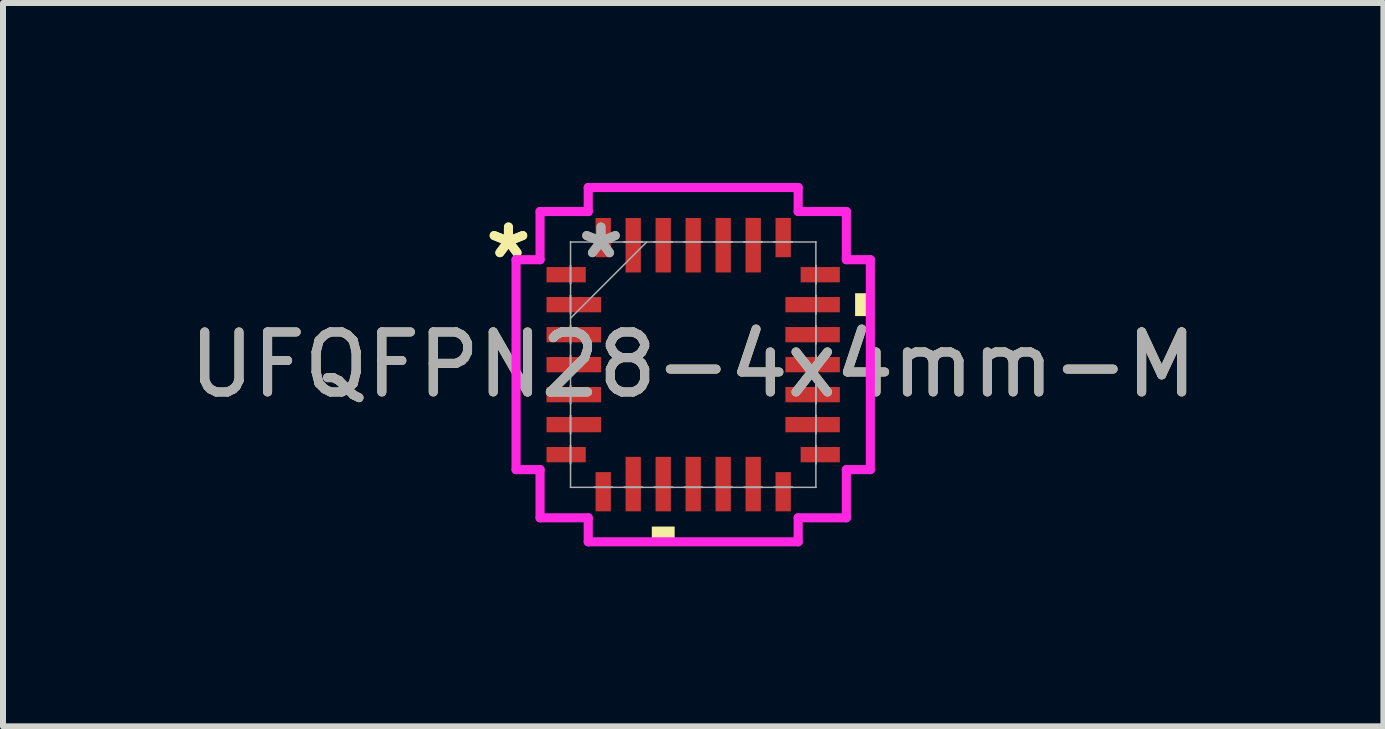
<source format=kicad_pcb>
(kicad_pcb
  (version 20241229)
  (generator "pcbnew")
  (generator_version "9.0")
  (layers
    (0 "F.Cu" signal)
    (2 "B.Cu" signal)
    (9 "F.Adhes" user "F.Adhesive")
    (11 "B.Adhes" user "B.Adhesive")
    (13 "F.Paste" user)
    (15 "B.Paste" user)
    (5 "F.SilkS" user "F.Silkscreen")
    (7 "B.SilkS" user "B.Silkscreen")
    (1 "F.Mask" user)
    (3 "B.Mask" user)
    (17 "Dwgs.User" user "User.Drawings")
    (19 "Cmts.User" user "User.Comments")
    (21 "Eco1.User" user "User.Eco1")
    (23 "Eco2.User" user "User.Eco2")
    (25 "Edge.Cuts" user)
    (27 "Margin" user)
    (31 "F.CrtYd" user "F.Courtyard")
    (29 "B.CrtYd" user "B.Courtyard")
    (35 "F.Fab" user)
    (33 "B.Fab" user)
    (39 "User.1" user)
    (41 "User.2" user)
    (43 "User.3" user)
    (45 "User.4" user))
  (footprint "UFQFPN28-4x4mm-M"
    (layer "F.Cu")
    (at 8.506 3.029)
    (property "Reference" "UFQFPN28-4x4mm-M" (at 0 0 0) (unlocked yes) (layer "F.SilkS") (effects (font (size 1 1) (thickness 0.15))))
    (attr smd)
    (fp_poly (pts (xy -0.69 2.699) (xy -0.69 2.953) (xy -0.309 2.953) (xy -0.309 2.699)) (stroke (width 0) (type solid)) (fill yes) (layer "F.SilkS"))
    (fp_poly (pts (xy 2.953 -1.191) (xy 2.953 -0.81) (xy 2.699 -0.81) (xy 2.699 -1.191)) (stroke (width 0) (type solid)) (fill yes) (layer "F.SilkS"))
    (fp_line (start -2.953 -1.75) (end -2.553 -1.75) (stroke (width 0.152) (type solid)) (layer "F.CrtYd"))
    (fp_line (start -2.953 1.75) (end -2.953 -1.75) (stroke (width 0.152) (type solid)) (layer "F.CrtYd"))
    (fp_line (start -2.553 -2.553) (end -1.75 -2.553) (stroke (width 0.152) (type solid)) (layer "F.CrtYd"))
    (fp_line (start -2.553 -1.75) (end -2.553 -2.553) (stroke (width 0.152) (type solid)) (layer "F.CrtYd"))
    (fp_line (start -2.553 1.75) (end -2.953 1.75) (stroke (width 0.152) (type solid)) (layer "F.CrtYd"))
    (fp_line (start -2.553 2.553) (end -2.553 1.75) (stroke (width 0.152) (type solid)) (layer "F.CrtYd"))
    (fp_line (start -1.75 -2.953) (end 1.75 -2.953) (stroke (width 0.152) (type solid)) (layer "F.CrtYd"))
    (fp_line (start -1.75 -2.553) (end -1.75 -2.953) (stroke (width 0.152) (type solid)) (layer "F.CrtYd"))
    (fp_line (start -1.75 2.553) (end -2.553 2.553) (stroke (width 0.152) (type solid)) (layer "F.CrtYd"))
    (fp_line (start -1.75 2.953) (end -1.75 2.553) (stroke (width 0.152) (type solid)) (layer "F.CrtYd"))
    (fp_line (start 1.75 -2.953) (end 1.75 -2.553) (stroke (width 0.152) (type solid)) (layer "F.CrtYd"))
    (fp_line (start 1.75 -2.553) (end 2.553 -2.553) (stroke (width 0.152) (type solid)) (layer "F.CrtYd"))
    (fp_line (start 1.75 2.553) (end 1.75 2.953) (stroke (width 0.152) (type solid)) (layer "F.CrtYd"))
    (fp_line (start 1.75 2.953) (end -1.75 2.953) (stroke (width 0.152) (type solid)) (layer "F.CrtYd"))
    (fp_line (start 2.553 -2.553) (end 2.553 -1.75) (stroke (width 0.152) (type solid)) (layer "F.CrtYd"))
    (fp_line (start 2.553 -1.75) (end 2.953 -1.75) (stroke (width 0.152) (type solid)) (layer "F.CrtYd"))
    (fp_line (start 2.553 1.75) (end 2.553 2.553) (stroke (width 0.152) (type solid)) (layer "F.CrtYd"))
    (fp_line (start 2.553 2.553) (end 1.75 2.553) (stroke (width 0.152) (type solid)) (layer "F.CrtYd"))
    (fp_line (start 2.953 -1.75) (end 2.953 1.75) (stroke (width 0.152) (type solid)) (layer "F.CrtYd"))
    (fp_line (start 2.953 1.75) (end 2.553 1.75) (stroke (width 0.152) (type solid)) (layer "F.CrtYd"))
    (fp_line (start -2.045 -2.045) (end -2.045 -2.045) (stroke (width 0.025) (type solid)) (layer "F.Fab"))
    (fp_line (start -2.045 -2.045) (end -2.045 2.045) (stroke (width 0.025) (type solid)) (layer "F.Fab"))
    (fp_line (start -2.045 -1.652) (end -2.045 -1.652) (stroke (width 0.025) (type solid)) (layer "F.Fab"))
    (fp_line (start -2.045 -1.652) (end -2.045 -1.348) (stroke (width 0.025) (type solid)) (layer "F.Fab"))
    (fp_line (start -2.045 -1.348) (end -2.045 -1.652) (stroke (width 0.025) (type solid)) (layer "F.Fab"))
    (fp_line (start -2.045 -1.348) (end -2.045 -1.348) (stroke (width 0.025) (type solid)) (layer "F.Fab"))
    (fp_line (start -2.045 -1.152) (end -2.045 -1.152) (stroke (width 0.025) (type solid)) (layer "F.Fab"))
    (fp_line (start -2.045 -1.152) (end -2.045 -0.848) (stroke (width 0.025) (type solid)) (layer "F.Fab"))
    (fp_line (start -2.045 -0.848) (end -2.045 -1.152) (stroke (width 0.025) (type solid)) (layer "F.Fab"))
    (fp_line (start -2.045 -0.848) (end -2.045 -0.848) (stroke (width 0.025) (type solid)) (layer "F.Fab"))
    (fp_line (start -2.045 -0.775) (end -0.775 -2.045) (stroke (width 0.025) (type solid)) (layer "F.Fab"))
    (fp_line (start -2.045 -0.652) (end -2.045 -0.652) (stroke (width 0.025) (type solid)) (layer "F.Fab"))
    (fp_line (start -2.045 -0.652) (end -2.045 -0.348) (stroke (width 0.025) (type solid)) (layer "F.Fab"))
    (fp_line (start -2.045 -0.348) (end -2.045 -0.652) (stroke (width 0.025) (type solid)) (layer "F.Fab"))
    (fp_line (start -2.045 -0.348) (end -2.045 -0.348) (stroke (width 0.025) (type solid)) (layer "F.Fab"))
    (fp_line (start -2.045 -0.152) (end -2.045 -0.152) (stroke (width 0.025) (type solid)) (layer "F.Fab"))
    (fp_line (start -2.045 -0.152) (end -2.045 0.152) (stroke (width 0.025) (type solid)) (layer "F.Fab"))
    (fp_line (start -2.045 0.152) (end -2.045 -0.152) (stroke (width 0.025) (type solid)) (layer "F.Fab"))
    (fp_line (start -2.045 0.152) (end -2.045 0.152) (stroke (width 0.025) (type solid)) (layer "F.Fab"))
    (fp_line (start -2.045 0.348) (end -2.045 0.348) (stroke (width 0.025) (type solid)) (layer "F.Fab"))
    (fp_line (start -2.045 0.348) (end -2.045 0.652) (stroke (width 0.025) (type solid)) (layer "F.Fab"))
    (fp_line (start -2.045 0.652) (end -2.045 0.348) (stroke (width 0.025) (type solid)) (layer "F.Fab"))
    (fp_line (start -2.045 0.652) (end -2.045 0.652) (stroke (width 0.025) (type solid)) (layer "F.Fab"))
    (fp_line (start -2.045 0.848) (end -2.045 0.848) (stroke (width 0.025) (type solid)) (layer "F.Fab"))
    (fp_line (start -2.045 0.848) (end -2.045 1.152) (stroke (width 0.025) (type solid)) (layer "F.Fab"))
    (fp_line (start -2.045 1.152) (end -2.045 0.848) (stroke (width 0.025) (type solid)) (layer "F.Fab"))
    (fp_line (start -2.045 1.152) (end -2.045 1.152) (stroke (width 0.025) (type solid)) (layer "F.Fab"))
    (fp_line (start -2.045 1.348) (end -2.045 1.348) (stroke (width 0.025) (type solid)) (layer "F.Fab"))
    (fp_line (start -2.045 1.348) (end -2.045 1.652) (stroke (width 0.025) (type solid)) (layer "F.Fab"))
    (fp_line (start -2.045 1.652) (end -2.045 1.348) (stroke (width 0.025) (type solid)) (layer "F.Fab"))
    (fp_line (start -2.045 1.652) (end -2.045 1.652) (stroke (width 0.025) (type solid)) (layer "F.Fab"))
    (fp_line (start -2.045 2.045) (end -2.045 2.045) (stroke (width 0.025) (type solid)) (layer "F.Fab"))
    (fp_line (start -2.045 2.045) (end 2.045 2.045) (stroke (width 0.025) (type solid)) (layer "F.Fab"))
    (fp_line (start -1.652 -2.045) (end -1.652 -2.045) (stroke (width 0.025) (type solid)) (layer "F.Fab"))
    (fp_line (start -1.652 -2.045) (end -1.348 -2.045) (stroke (width 0.025) (type solid)) (layer "F.Fab"))
    (fp_line (start -1.652 2.045) (end -1.652 2.045) (stroke (width 0.025) (type solid)) (layer "F.Fab"))
    (fp_line (start -1.652 2.045) (end -1.348 2.045) (stroke (width 0.025) (type solid)) (layer "F.Fab"))
    (fp_line (start -1.348 -2.045) (end -1.652 -2.045) (stroke (width 0.025) (type solid)) (layer "F.Fab"))
    (fp_line (start -1.348 -2.045) (end -1.348 -2.045) (stroke (width 0.025) (type solid)) (layer "F.Fab"))
    (fp_line (start -1.348 2.045) (end -1.652 2.045) (stroke (width 0.025) (type solid)) (layer "F.Fab"))
    (fp_line (start -1.348 2.045) (end -1.348 2.045) (stroke (width 0.025) (type solid)) (layer "F.Fab"))
    (fp_line (start -1.152 -2.045) (end -1.152 -2.045) (stroke (width 0.025) (type solid)) (layer "F.Fab"))
    (fp_line (start -1.152 -2.045) (end -0.848 -2.045) (stroke (width 0.025) (type solid)) (layer "F.Fab"))
    (fp_line (start -1.152 2.045) (end -1.152 2.045) (stroke (width 0.025) (type solid)) (layer "F.Fab"))
    (fp_line (start -1.152 2.045) (end -0.848 2.045) (stroke (width 0.025) (type solid)) (layer "F.Fab"))
    (fp_line (start -0.848 -2.045) (end -1.152 -2.045) (stroke (width 0.025) (type solid)) (layer "F.Fab"))
    (fp_line (start -0.848 -2.045) (end -0.848 -2.045) (stroke (width 0.025) (type solid)) (layer "F.Fab"))
    (fp_line (start -0.848 2.045) (end -1.152 2.045) (stroke (width 0.025) (type solid)) (layer "F.Fab"))
    (fp_line (start -0.848 2.045) (end -0.848 2.045) (stroke (width 0.025) (type solid)) (layer "F.Fab"))
    (fp_line (start -0.652 -2.045) (end -0.652 -2.045) (stroke (width 0.025) (type solid)) (layer "F.Fab"))
    (fp_line (start -0.652 -2.045) (end -0.348 -2.045) (stroke (width 0.025) (type solid)) (layer "F.Fab"))
    (fp_line (start -0.652 2.045) (end -0.652 2.045) (stroke (width 0.025) (type solid)) (layer "F.Fab"))
    (fp_line (start -0.652 2.045) (end -0.348 2.045) (stroke (width 0.025) (type solid)) (layer "F.Fab"))
    (fp_line (start -0.348 -2.045) (end -0.652 -2.045) (stroke (width 0.025) (type solid)) (layer "F.Fab"))
    (fp_line (start -0.348 -2.045) (end -0.348 -2.045) (stroke (width 0.025) (type solid)) (layer "F.Fab"))
    (fp_line (start -0.348 2.045) (end -0.652 2.045) (stroke (width 0.025) (type solid)) (layer "F.Fab"))
    (fp_line (start -0.348 2.045) (end -0.348 2.045) (stroke (width 0.025) (type solid)) (layer "F.Fab"))
    (fp_line (start -0.152 -2.045) (end -0.152 -2.045) (stroke (width 0.025) (type solid)) (layer "F.Fab"))
    (fp_line (start -0.152 -2.045) (end 0.152 -2.045) (stroke (width 0.025) (type solid)) (layer "F.Fab"))
    (fp_line (start -0.152 2.045) (end -0.152 2.045) (stroke (width 0.025) (type solid)) (layer "F.Fab"))
    (fp_line (start -0.152 2.045) (end 0.152 2.045) (stroke (width 0.025) (type solid)) (layer "F.Fab"))
    (fp_line (start 0.152 -2.045) (end -0.152 -2.045) (stroke (width 0.025) (type solid)) (layer "F.Fab"))
    (fp_line (start 0.152 -2.045) (end 0.152 -2.045) (stroke (width 0.025) (type solid)) (layer "F.Fab"))
    (fp_line (start 0.152 2.045) (end -0.152 2.045) (stroke (width 0.025) (type solid)) (layer "F.Fab"))
    (fp_line (start 0.152 2.045) (end 0.152 2.045) (stroke (width 0.025) (type solid)) (layer "F.Fab"))
    (fp_line (start 0.348 -2.045) (end 0.348 -2.045) (stroke (width 0.025) (type solid)) (layer "F.Fab"))
    (fp_line (start 0.348 -2.045) (end 0.652 -2.045) (stroke (width 0.025) (type solid)) (layer "F.Fab"))
    (fp_line (start 0.348 2.045) (end 0.348 2.045) (stroke (width 0.025) (type solid)) (layer "F.Fab"))
    (fp_line (start 0.348 2.045) (end 0.652 2.045) (stroke (width 0.025) (type solid)) (layer "F.Fab"))
    (fp_line (start 0.652 -2.045) (end 0.348 -2.045) (stroke (width 0.025) (type solid)) (layer "F.Fab"))
    (fp_line (start 0.652 -2.045) (end 0.652 -2.045) (stroke (width 0.025) (type solid)) (layer "F.Fab"))
    (fp_line (start 0.652 2.045) (end 0.348 2.045) (stroke (width 0.025) (type solid)) (layer "F.Fab"))
    (fp_line (start 0.652 2.045) (end 0.652 2.045) (stroke (width 0.025) (type solid)) (layer "F.Fab"))
    (fp_line (start 0.848 -2.045) (end 0.848 -2.045) (stroke (width 0.025) (type solid)) (layer "F.Fab"))
    (fp_line (start 0.848 -2.045) (end 1.152 -2.045) (stroke (width 0.025) (type solid)) (layer "F.Fab"))
    (fp_line (start 0.848 2.045) (end 0.848 2.045) (stroke (width 0.025) (type solid)) (layer "F.Fab"))
    (fp_line (start 0.848 2.045) (end 1.152 2.045) (stroke (width 0.025) (type solid)) (layer "F.Fab"))
    (fp_line (start 1.152 -2.045) (end 0.848 -2.045) (stroke (width 0.025) (type solid)) (layer "F.Fab"))
    (fp_line (start 1.152 -2.045) (end 1.152 -2.045) (stroke (width 0.025) (type solid)) (layer "F.Fab"))
    (fp_line (start 1.152 2.045) (end 0.848 2.045) (stroke (width 0.025) (type solid)) (layer "F.Fab"))
    (fp_line (start 1.152 2.045) (end 1.152 2.045) (stroke (width 0.025) (type solid)) (layer "F.Fab"))
    (fp_line (start 1.348 -2.045) (end 1.348 -2.045) (stroke (width 0.025) (type solid)) (layer "F.Fab"))
    (fp_line (start 1.348 -2.045) (end 1.652 -2.045) (stroke (width 0.025) (type solid)) (layer "F.Fab"))
    (fp_line (start 1.348 2.045) (end 1.348 2.045) (stroke (width 0.025) (type solid)) (layer "F.Fab"))
    (fp_line (start 1.348 2.045) (end 1.652 2.045) (stroke (width 0.025) (type solid)) (layer "F.Fab"))
    (fp_line (start 1.652 -2.045) (end 1.348 -2.045) (stroke (width 0.025) (type solid)) (layer "F.Fab"))
    (fp_line (start 1.652 -2.045) (end 1.652 -2.045) (stroke (width 0.025) (type solid)) (layer "F.Fab"))
    (fp_line (start 1.652 2.045) (end 1.348 2.045) (stroke (width 0.025) (type solid)) (layer "F.Fab"))
    (fp_line (start 1.652 2.045) (end 1.652 2.045) (stroke (width 0.025) (type solid)) (layer "F.Fab"))
    (fp_line (start 2.045 -2.045) (end -2.045 -2.045) (stroke (width 0.025) (type solid)) (layer "F.Fab"))
    (fp_line (start 2.045 -2.045) (end 2.045 -2.045) (stroke (width 0.025) (type solid)) (layer "F.Fab"))
    (fp_line (start 2.045 -1.652) (end 2.045 -1.652) (stroke (width 0.025) (type solid)) (layer "F.Fab"))
    (fp_line (start 2.045 -1.652) (end 2.045 -1.348) (stroke (width 0.025) (type solid)) (layer "F.Fab"))
    (fp_line (start 2.045 -1.348) (end 2.045 -1.652) (stroke (width 0.025) (type solid)) (layer "F.Fab"))
    (fp_line (start 2.045 -1.348) (end 2.045 -1.348) (stroke (width 0.025) (type solid)) (layer "F.Fab"))
    (fp_line (start 2.045 -1.152) (end 2.045 -1.152) (stroke (width 0.025) (type solid)) (layer "F.Fab"))
    (fp_line (start 2.045 -1.152) (end 2.045 -0.848) (stroke (width 0.025) (type solid)) (layer "F.Fab"))
    (fp_line (start 2.045 -0.848) (end 2.045 -1.152) (stroke (width 0.025) (type solid)) (layer "F.Fab"))
    (fp_line (start 2.045 -0.848) (end 2.045 -0.848) (stroke (width 0.025) (type solid)) (layer "F.Fab"))
    (fp_line (start 2.045 -0.652) (end 2.045 -0.652) (stroke (width 0.025) (type solid)) (layer "F.Fab"))
    (fp_line (start 2.045 -0.652) (end 2.045 -0.348) (stroke (width 0.025) (type solid)) (layer "F.Fab"))
    (fp_line (start 2.045 -0.348) (end 2.045 -0.652) (stroke (width 0.025) (type solid)) (layer "F.Fab"))
    (fp_line (start 2.045 -0.348) (end 2.045 -0.348) (stroke (width 0.025) (type solid)) (layer "F.Fab"))
    (fp_line (start 2.045 -0.152) (end 2.045 -0.152) (stroke (width 0.025) (type solid)) (layer "F.Fab"))
    (fp_line (start 2.045 -0.152) (end 2.045 0.152) (stroke (width 0.025) (type solid)) (layer "F.Fab"))
    (fp_line (start 2.045 0.152) (end 2.045 -0.152) (stroke (width 0.025) (type solid)) (layer "F.Fab"))
    (fp_line (start 2.045 0.152) (end 2.045 0.152) (stroke (width 0.025) (type solid)) (layer "F.Fab"))
    (fp_line (start 2.045 0.348) (end 2.045 0.348) (stroke (width 0.025) (type solid)) (layer "F.Fab"))
    (fp_line (start 2.045 0.348) (end 2.045 0.652) (stroke (width 0.025) (type solid)) (layer "F.Fab"))
    (fp_line (start 2.045 0.652) (end 2.045 0.348) (stroke (width 0.025) (type solid)) (layer "F.Fab"))
    (fp_line (start 2.045 0.652) (end 2.045 0.652) (stroke (width 0.025) (type solid)) (layer "F.Fab"))
    (fp_line (start 2.045 0.848) (end 2.045 0.848) (stroke (width 0.025) (type solid)) (layer "F.Fab"))
    (fp_line (start 2.045 0.848) (end 2.045 1.152) (stroke (width 0.025) (type solid)) (layer "F.Fab"))
    (fp_line (start 2.045 1.152) (end 2.045 0.848) (stroke (width 0.025) (type solid)) (layer "F.Fab"))
    (fp_line (start 2.045 1.152) (end 2.045 1.152) (stroke (width 0.025) (type solid)) (layer "F.Fab"))
    (fp_line (start 2.045 1.348) (end 2.045 1.348) (stroke (width 0.025) (type solid)) (layer "F.Fab"))
    (fp_line (start 2.045 1.348) (end 2.045 1.652) (stroke (width 0.025) (type solid)) (layer "F.Fab"))
    (fp_line (start 2.045 1.652) (end 2.045 1.348) (stroke (width 0.025) (type solid)) (layer "F.Fab"))
    (fp_line (start 2.045 1.652) (end 2.045 1.652) (stroke (width 0.025) (type solid)) (layer "F.Fab"))
    (fp_line (start 2.045 2.045) (end 2.045 -2.045) (stroke (width 0.025) (type solid)) (layer "F.Fab"))
    (fp_line (start 2.045 2.045) (end 2.045 2.045) (stroke (width 0.025) (type solid)) (layer "F.Fab"))
    (fp_text user "*" (at -3.08 -1.75 0) (layer "F.SilkS") (effects (font (size 1 1) (thickness 0.15))))
    (fp_text user "*" (at -3.08 -1.75 0) (unlocked yes) (layer "F.SilkS") (effects (font (size 1 1) (thickness 0.15))))
    (fp_text user "*" (at -1.537 -1.75 0) (layer "F.Fab") (effects (font (size 1 1) (thickness 0.15))))
    (fp_text user "${REFERENCE}" (at 0 0 0) (unlocked yes) (layer "F.Fab") (effects (font (size 1 1) (thickness 0.15))))
    (fp_text user "*" (at -1.537 -1.75 0) (unlocked yes) (layer "F.Fab") (effects (font (size 1 1) (thickness 0.15))))
    (pad "1" smd rect (at -2.118 -1.5 90) (size 0.255 0.654) (layers "F.Cu" "F.Mask" "F.Paste"))
    (pad "2" smd rect (at -1.991 -1 90) (size 0.255 0.908) (layers "F.Cu" "F.Mask" "F.Paste"))
    (pad "3" smd rect (at -1.991 -0.5 90) (size 0.255 0.908) (layers "F.Cu" "F.Mask" "F.Paste"))
    (pad "4" smd rect (at -1.991 0 90) (size 0.255 0.908) (layers "F.Cu" "F.Mask" "F.Paste"))
    (pad "5" smd rect (at -1.991 0.5 90) (size 0.255 0.908) (layers "F.Cu" "F.Mask" "F.Paste"))
    (pad "6" smd rect (at -1.991 1 90) (size 0.255 0.908) (layers "F.Cu" "F.Mask" "F.Paste"))
    (pad "7" smd rect (at -2.118 1.5 90) (size 0.255 0.654) (layers "F.Cu" "F.Mask" "F.Paste"))
    (pad "8" smd rect (at -1.5 2.118) (size 0.255 0.654) (layers "F.Cu" "F.Mask" "F.Paste"))
    (pad "9" smd rect (at -1 1.991) (size 0.255 0.908) (layers "F.Cu" "F.Mask" "F.Paste"))
    (pad "10" smd rect (at -0.5 1.991) (size 0.255 0.908) (layers "F.Cu" "F.Mask" "F.Paste"))
    (pad "11" smd rect (at 0 1.991) (size 0.255 0.908) (layers "F.Cu" "F.Mask" "F.Paste"))
    (pad "12" smd rect (at 0.5 1.991) (size 0.255 0.908) (layers "F.Cu" "F.Mask" "F.Paste"))
    (pad "13" smd rect (at 1 1.991) (size 0.255 0.908) (layers "F.Cu" "F.Mask" "F.Paste"))
    (pad "14" smd rect (at 1.5 2.118) (size 0.255 0.654) (layers "F.Cu" "F.Mask" "F.Paste"))
    (pad "15" smd rect (at 2.118 1.5 90) (size 0.255 0.654) (layers "F.Cu" "F.Mask" "F.Paste"))
    (pad "16" smd rect (at 1.991 1 90) (size 0.255 0.908) (layers "F.Cu" "F.Mask" "F.Paste"))
    (pad "17" smd rect (at 1.991 0.5 90) (size 0.255 0.908) (layers "F.Cu" "F.Mask" "F.Paste"))
    (pad "18" smd rect (at 1.991 0 90) (size 0.255 0.908) (layers "F.Cu" "F.Mask" "F.Paste"))
    (pad "19" smd rect (at 1.991 -0.5 90) (size 0.255 0.908) (layers "F.Cu" "F.Mask" "F.Paste"))
    (pad "20" smd rect (at 1.991 -1 90) (size 0.255 0.908) (layers "F.Cu" "F.Mask" "F.Paste"))
    (pad "21" smd rect (at 2.118 -1.5 90) (size 0.255 0.654) (layers "F.Cu" "F.Mask" "F.Paste"))
    (pad "22" smd rect (at 1.5 -2.118) (size 0.255 0.654) (layers "F.Cu" "F.Mask" "F.Paste"))
    (pad "23" smd rect (at 1 -1.991) (size 0.255 0.908) (layers "F.Cu" "F.Mask" "F.Paste"))
    (pad "24" smd rect (at 0.5 -1.991) (size 0.255 0.908) (layers "F.Cu" "F.Mask" "F.Paste"))
    (pad "25" smd rect (at 0 -1.991) (size 0.255 0.908) (layers "F.Cu" "F.Mask" "F.Paste"))
    (pad "26" smd rect (at -0.5 -1.991) (size 0.255 0.908) (layers "F.Cu" "F.Mask" "F.Paste"))
    (pad "27" smd rect (at -1 -1.991) (size 0.255 0.908) (layers "F.Cu" "F.Mask" "F.Paste"))
    (pad "28" smd rect (at -1.5 -2.118) (size 0.255 0.654) (layers "F.Cu" "F.Mask" "F.Paste")))
  (gr_rect
    (start -3 -3)
    (end 20.012 9.058)
    (stroke (width 0.1) (type default))
    (fill no)
    (layer "Edge.Cuts")))
</source>
